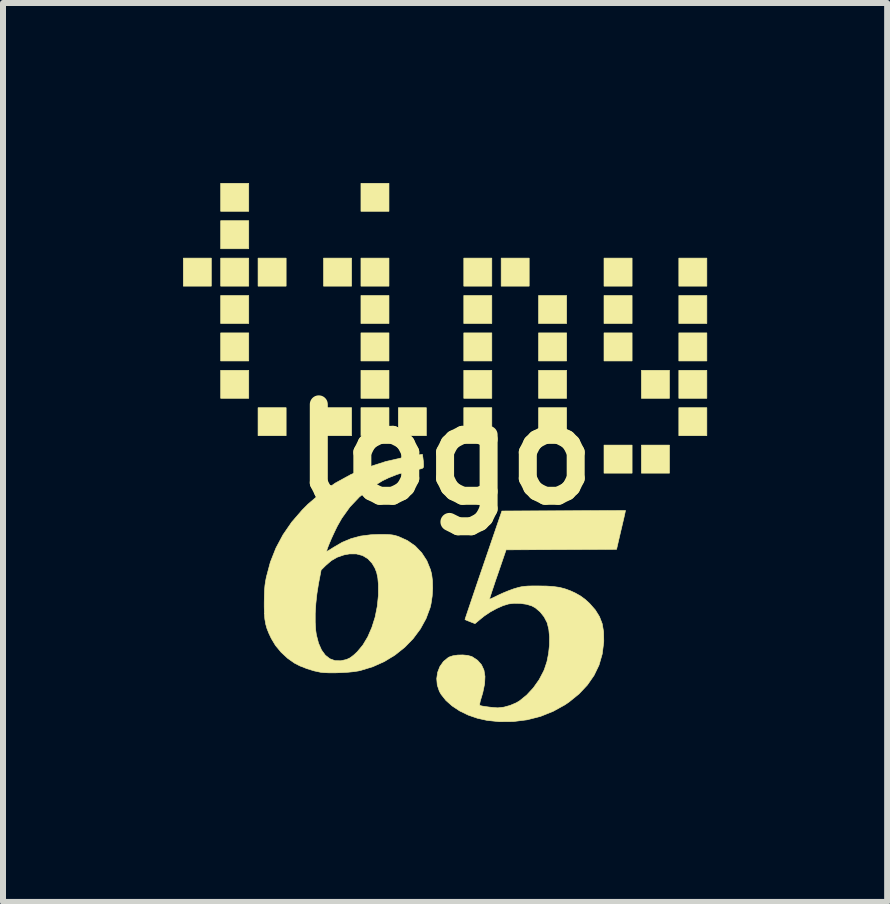
<source format=kicad_pcb>
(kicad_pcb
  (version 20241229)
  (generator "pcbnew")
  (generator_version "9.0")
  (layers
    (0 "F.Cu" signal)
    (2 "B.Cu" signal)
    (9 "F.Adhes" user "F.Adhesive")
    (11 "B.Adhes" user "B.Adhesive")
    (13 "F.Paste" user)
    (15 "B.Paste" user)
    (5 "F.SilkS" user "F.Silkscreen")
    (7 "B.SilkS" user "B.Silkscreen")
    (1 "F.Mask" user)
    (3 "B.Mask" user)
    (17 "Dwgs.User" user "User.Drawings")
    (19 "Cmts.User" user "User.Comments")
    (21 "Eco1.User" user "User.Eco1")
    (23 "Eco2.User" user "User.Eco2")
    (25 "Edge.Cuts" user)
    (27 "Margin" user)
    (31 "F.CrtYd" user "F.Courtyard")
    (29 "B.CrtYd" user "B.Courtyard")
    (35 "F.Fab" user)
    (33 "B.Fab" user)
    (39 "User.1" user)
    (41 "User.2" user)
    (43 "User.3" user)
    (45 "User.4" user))
  (footprint "logo"
    (layer "F.Cu")
    (at 4.368 4.524)
    (property "Reference" "logo" (at 0 0 0) (layer "F.SilkS") (effects (font (size 1.524 1.524) (thickness 0.3))))
    (attr through_hole)
    (fp_poly (pts (xy -3.896 -2.805) (xy -4.363 -2.805) (xy -4.363 -3.272) (xy -3.896 -3.272) (xy -3.896 -2.805)) (stroke (width 0.01) (type solid)) (fill yes) (layer "F.SilkS"))
    (fp_poly (pts (xy -3.272 -4.052) (xy -3.74 -4.052) (xy -3.74 -4.519) (xy -3.272 -4.519) (xy -3.272 -4.052)) (stroke (width 0.01) (type solid)) (fill yes) (layer "F.SilkS"))
    (fp_poly (pts (xy -3.272 -3.428) (xy -3.74 -3.428) (xy -3.74 -3.896) (xy -3.272 -3.896) (xy -3.272 -3.428)) (stroke (width 0.01) (type solid)) (fill yes) (layer "F.SilkS"))
    (fp_poly (pts (xy -3.272 -2.805) (xy -3.74 -2.805) (xy -3.74 -3.272) (xy -3.272 -3.272) (xy -3.272 -2.805)) (stroke (width 0.01) (type solid)) (fill yes) (layer "F.SilkS"))
    (fp_poly (pts (xy -3.272 -2.182) (xy -3.74 -2.182) (xy -3.74 -2.649) (xy -3.272 -2.649) (xy -3.272 -2.182)) (stroke (width 0.01) (type solid)) (fill yes) (layer "F.SilkS"))
    (fp_poly (pts (xy -3.272 -1.558) (xy -3.74 -1.558) (xy -3.74 -2.026) (xy -3.272 -2.026) (xy -3.272 -1.558)) (stroke (width 0.01) (type solid)) (fill yes) (layer "F.SilkS"))
    (fp_poly (pts (xy -3.272 -0.935) (xy -3.74 -0.935) (xy -3.74 -1.402) (xy -3.272 -1.402) (xy -3.272 -0.935)) (stroke (width 0.01) (type solid)) (fill yes) (layer "F.SilkS"))
    (fp_poly (pts (xy -2.649 -2.805) (xy -3.117 -2.805) (xy -3.117 -3.272) (xy -2.649 -3.272) (xy -2.649 -2.805)) (stroke (width 0.01) (type solid)) (fill yes) (layer "F.SilkS"))
    (fp_poly (pts (xy -2.649 -0.312) (xy -3.117 -0.312) (xy -3.117 -0.779) (xy -2.649 -0.779) (xy -2.649 -0.312)) (stroke (width 0.01) (type solid)) (fill yes) (layer "F.SilkS"))
    (fp_poly (pts (xy -1.558 -2.805) (xy -2.026 -2.805) (xy -2.026 -3.272) (xy -1.558 -3.272) (xy -1.558 -2.805)) (stroke (width 0.01) (type solid)) (fill yes) (layer "F.SilkS"))
    (fp_poly (pts (xy -1.558 -0.312) (xy -2.026 -0.312) (xy -2.026 -0.779) (xy -1.558 -0.779) (xy -1.558 -0.312)) (stroke (width 0.01) (type solid)) (fill yes) (layer "F.SilkS"))
    (fp_poly (pts (xy -0.935 -4.052) (xy -1.402 -4.052) (xy -1.402 -4.519) (xy -0.935 -4.519) (xy -0.935 -4.052)) (stroke (width 0.01) (type solid)) (fill yes) (layer "F.SilkS"))
    (fp_poly (pts (xy -0.935 -2.805) (xy -1.402 -2.805) (xy -1.402 -3.272) (xy -0.935 -3.272) (xy -0.935 -2.805)) (stroke (width 0.01) (type solid)) (fill yes) (layer "F.SilkS"))
    (fp_poly (pts (xy -0.935 -2.182) (xy -1.402 -2.182) (xy -1.402 -2.649) (xy -0.935 -2.649) (xy -0.935 -2.182)) (stroke (width 0.01) (type solid)) (fill yes) (layer "F.SilkS"))
    (fp_poly (pts (xy -0.935 -1.558) (xy -1.402 -1.558) (xy -1.402 -2.026) (xy -0.935 -2.026) (xy -0.935 -1.558)) (stroke (width 0.01) (type solid)) (fill yes) (layer "F.SilkS"))
    (fp_poly (pts (xy -0.935 -0.935) (xy -1.402 -0.935) (xy -1.402 -1.402) (xy -0.935 -1.402) (xy -0.935 -0.935)) (stroke (width 0.01) (type solid)) (fill yes) (layer "F.SilkS"))
    (fp_poly (pts (xy -0.935 -0.312) (xy -1.402 -0.312) (xy -1.402 -0.779) (xy -0.935 -0.779) (xy -0.935 -0.312)) (stroke (width 0.01) (type solid)) (fill yes) (layer "F.SilkS"))
    (fp_poly (pts (xy -0.312 -0.312) (xy -0.779 -0.312) (xy -0.779 -0.779) (xy -0.312 -0.779) (xy -0.312 -0.312)) (stroke (width 0.01) (type solid)) (fill yes) (layer "F.SilkS"))
    (fp_poly (pts (xy 0.779 -2.805) (xy 0.312 -2.805) (xy 0.312 -3.272) (xy 0.779 -3.272) (xy 0.779 -2.805)) (stroke (width 0.01) (type solid)) (fill yes) (layer "F.SilkS"))
    (fp_poly (pts (xy 0.779 -2.182) (xy 0.312 -2.182) (xy 0.312 -2.649) (xy 0.779 -2.649) (xy 0.779 -2.182)) (stroke (width 0.01) (type solid)) (fill yes) (layer "F.SilkS"))
    (fp_poly (pts (xy 0.779 -1.558) (xy 0.312 -1.558) (xy 0.312 -2.026) (xy 0.779 -2.026) (xy 0.779 -1.558)) (stroke (width 0.01) (type solid)) (fill yes) (layer "F.SilkS"))
    (fp_poly (pts (xy 0.779 -0.935) (xy 0.312 -0.935) (xy 0.312 -1.402) (xy 0.779 -1.402) (xy 0.779 -0.935)) (stroke (width 0.01) (type solid)) (fill yes) (layer "F.SilkS"))
    (fp_poly (pts (xy 0.779 -0.312) (xy 0.312 -0.312) (xy 0.312 -0.779) (xy 0.779 -0.779) (xy 0.779 -0.312)) (stroke (width 0.01) (type solid)) (fill yes) (layer "F.SilkS"))
    (fp_poly (pts (xy 1.402 -2.805) (xy 0.935 -2.805) (xy 0.935 -3.272) (xy 1.402 -3.272) (xy 1.402 -2.805)) (stroke (width 0.01) (type solid)) (fill yes) (layer "F.SilkS"))
    (fp_poly (pts (xy 2.026 -2.182) (xy 1.558 -2.182) (xy 1.558 -2.649) (xy 2.026 -2.649) (xy 2.026 -2.182)) (stroke (width 0.01) (type solid)) (fill yes) (layer "F.SilkS"))
    (fp_poly (pts (xy 2.026 -1.558) (xy 1.558 -1.558) (xy 1.558 -2.026) (xy 2.026 -2.026) (xy 2.026 -1.558)) (stroke (width 0.01) (type solid)) (fill yes) (layer "F.SilkS"))
    (fp_poly (pts (xy 2.026 -0.935) (xy 1.558 -0.935) (xy 1.558 -1.402) (xy 2.026 -1.402) (xy 2.026 -0.935)) (stroke (width 0.01) (type solid)) (fill yes) (layer "F.SilkS"))
    (fp_poly (pts (xy 2.026 -0.312) (xy 1.558 -0.312) (xy 1.558 -0.779) (xy 2.026 -0.779) (xy 2.026 -0.312)) (stroke (width 0.01) (type solid)) (fill yes) (layer "F.SilkS"))
    (fp_poly (pts (xy 3.117 -2.805) (xy 2.649 -2.805) (xy 2.649 -3.272) (xy 3.117 -3.272) (xy 3.117 -2.805)) (stroke (width 0.01) (type solid)) (fill yes) (layer "F.SilkS"))
    (fp_poly (pts (xy 3.117 -2.182) (xy 2.649 -2.182) (xy 2.649 -2.649) (xy 3.117 -2.649) (xy 3.117 -2.182)) (stroke (width 0.01) (type solid)) (fill yes) (layer "F.SilkS"))
    (fp_poly (pts (xy 3.117 -1.558) (xy 2.649 -1.558) (xy 2.649 -2.026) (xy 3.117 -2.026) (xy 3.117 -1.558)) (stroke (width 0.01) (type solid)) (fill yes) (layer "F.SilkS"))
    (fp_poly (pts (xy 3.117 0.312) (xy 2.649 0.312) (xy 2.649 -0.156) (xy 3.117 -0.156) (xy 3.117 0.312)) (stroke (width 0.01) (type solid)) (fill yes) (layer "F.SilkS"))
    (fp_poly (pts (xy 3.74 -0.935) (xy 3.272 -0.935) (xy 3.272 -1.402) (xy 3.74 -1.402) (xy 3.74 -0.935)) (stroke (width 0.01) (type solid)) (fill yes) (layer "F.SilkS"))
    (fp_poly (pts (xy 3.74 0.312) (xy 3.272 0.312) (xy 3.272 -0.156) (xy 3.74 -0.156) (xy 3.74 0.312)) (stroke (width 0.01) (type solid)) (fill yes) (layer "F.SilkS"))
    (fp_poly (pts (xy 4.363 -2.805) (xy 3.896 -2.805) (xy 3.896 -3.272) (xy 4.363 -3.272) (xy 4.363 -2.805)) (stroke (width 0.01) (type solid)) (fill yes) (layer "F.SilkS"))
    (fp_poly (pts (xy 4.363 -2.182) (xy 3.896 -2.182) (xy 3.896 -2.649) (xy 4.363 -2.649) (xy 4.363 -2.182)) (stroke (width 0.01) (type solid)) (fill yes) (layer "F.SilkS"))
    (fp_poly (pts (xy 4.363 -1.558) (xy 3.896 -1.558) (xy 3.896 -2.026) (xy 4.363 -2.026) (xy 4.363 -1.558)) (stroke (width 0.01) (type solid)) (fill yes) (layer "F.SilkS"))
    (fp_poly (pts (xy 4.363 -0.935) (xy 3.896 -0.935) (xy 3.896 -1.402) (xy 4.363 -1.402) (xy 4.363 -0.935)) (stroke (width 0.01) (type solid)) (fill yes) (layer "F.SilkS"))
    (fp_poly (pts (xy 4.363 -0.312) (xy 3.896 -0.312) (xy 3.896 -0.779) (xy 4.363 -0.779) (xy 4.363 -0.312)) (stroke (width 0.01) (type solid)) (fill yes) (layer "F.SilkS"))
    (fp_poly (pts (xy 2.998 0.978) (xy 2.992 1.006) (xy 2.98 1.06) (xy 2.963 1.132) (xy 2.943 1.217) (xy 2.923 1.301) (xy 2.858 1.582) (xy 1.937 1.586) (xy 1.017 1.59) (xy 0.877 1.999) (xy 0.84 2.105) (xy 0.808 2.202) (xy 0.78 2.285) (xy 0.759 2.35) (xy 0.745 2.394) (xy 0.741 2.412) (xy 0.741 2.412) (xy 0.755 2.408) (xy 0.792 2.392) (xy 0.844 2.367) (xy 0.886 2.346) (xy 0.967 2.309) (xy 1.057 2.272) (xy 1.141 2.241) (xy 1.164 2.234) (xy 1.22 2.218) (xy 1.27 2.206) (xy 1.32 2.199) (xy 1.379 2.194) (xy 1.454 2.192) (xy 1.55 2.192) (xy 1.691 2.194) (xy 1.807 2.202) (xy 1.908 2.216) (xy 1.999 2.24) (xy 2.089 2.273) (xy 2.166 2.308) (xy 2.257 2.359) (xy 2.336 2.417) (xy 2.409 2.484) (xy 2.504 2.592) (xy 2.573 2.703) (xy 2.619 2.822) (xy 2.642 2.956) (xy 2.645 3.109) (xy 2.644 3.132) (xy 2.619 3.327) (xy 2.566 3.511) (xy 2.483 3.683) (xy 2.372 3.843) (xy 2.232 3.992) (xy 2.064 4.128) (xy 1.998 4.173) (xy 1.801 4.282) (xy 1.591 4.366) (xy 1.368 4.423) (xy 1.137 4.452) (xy 0.902 4.454) (xy 0.701 4.433) (xy 0.539 4.397) (xy 0.385 4.344) (xy 0.243 4.275) (xy 0.118 4.192) (xy 0.014 4.1) (xy -0.066 3.999) (xy -0.095 3.948) (xy -0.13 3.844) (xy -0.139 3.737) (xy -0.124 3.632) (xy -0.086 3.535) (xy -0.027 3.451) (xy 0.051 3.387) (xy 0.068 3.377) (xy 0.13 3.356) (xy 0.21 3.344) (xy 0.296 3.342) (xy 0.378 3.35) (xy 0.443 3.368) (xy 0.452 3.372) (xy 0.542 3.432) (xy 0.607 3.506) (xy 0.648 3.595) (xy 0.665 3.701) (xy 0.659 3.824) (xy 0.629 3.968) (xy 0.61 4.033) (xy 0.587 4.109) (xy 0.577 4.158) (xy 0.579 4.182) (xy 0.582 4.185) (xy 0.62 4.194) (xy 0.678 4.203) (xy 0.746 4.212) (xy 0.814 4.219) (xy 0.871 4.223) (xy 0.883 4.223) (xy 0.98 4.212) (xy 1.085 4.183) (xy 1.186 4.14) (xy 1.24 4.108) (xy 1.36 4.011) (xy 1.471 3.891) (xy 1.568 3.754) (xy 1.644 3.609) (xy 1.657 3.577) (xy 1.698 3.453) (xy 1.725 3.318) (xy 1.74 3.177) (xy 1.741 3.041) (xy 1.729 2.916) (xy 1.703 2.81) (xy 1.7 2.802) (xy 1.651 2.708) (xy 1.584 2.624) (xy 1.505 2.557) (xy 1.447 2.525) (xy 1.36 2.498) (xy 1.256 2.483) (xy 1.149 2.481) (xy 1.059 2.492) (xy 0.967 2.52) (xy 0.863 2.566) (xy 0.756 2.624) (xy 0.657 2.69) (xy 0.609 2.728) (xy 0.499 2.82) (xy 0.417 2.788) (xy 0.372 2.77) (xy 0.341 2.757) (xy 0.332 2.752) (xy 0.336 2.738) (xy 0.35 2.696) (xy 0.372 2.63) (xy 0.402 2.541) (xy 0.438 2.434) (xy 0.48 2.31) (xy 0.527 2.171) (xy 0.578 2.021) (xy 0.633 1.861) (xy 0.638 1.846) (xy 0.947 0.943) (xy 1.977 0.939) (xy 3.007 0.935) (xy 2.998 0.978)) (stroke (width 0.01) (type solid)) (fill yes) (layer "F.SilkS"))
    (fp_poly (pts (xy -0.369 0.058) (xy -0.362 0.116) (xy -0.359 0.173) (xy -0.359 0.174) (xy -0.359 0.199) (xy -0.362 0.216) (xy -0.374 0.229) (xy -0.399 0.239) (xy -0.442 0.248) (xy -0.508 0.259) (xy -0.553 0.267) (xy -0.675 0.294) (xy -0.81 0.337) (xy -0.943 0.39) (xy -1.044 0.439) (xy -1.249 0.565) (xy -1.43 0.71) (xy -1.587 0.876) (xy -1.721 1.063) (xy -1.795 1.193) (xy -1.827 1.258) (xy -1.861 1.33) (xy -1.895 1.404) (xy -1.925 1.475) (xy -1.95 1.537) (xy -1.967 1.584) (xy -1.974 1.611) (xy -1.974 1.615) (xy -1.959 1.61) (xy -1.925 1.591) (xy -1.879 1.562) (xy -1.862 1.551) (xy -1.715 1.465) (xy -1.566 1.403) (xy -1.41 1.361) (xy -1.239 1.339) (xy -1.099 1.334) (xy -1.006 1.334) (xy -0.937 1.336) (xy -0.884 1.341) (xy -0.838 1.35) (xy -0.793 1.363) (xy -0.775 1.369) (xy -0.627 1.436) (xy -0.498 1.526) (xy -0.39 1.639) (xy -0.304 1.771) (xy -0.244 1.919) (xy -0.224 1.995) (xy -0.21 2.105) (xy -0.207 2.232) (xy -0.215 2.363) (xy -0.234 2.489) (xy -0.249 2.553) (xy -0.317 2.736) (xy -0.412 2.909) (xy -0.532 3.07) (xy -0.673 3.215) (xy -0.835 3.344) (xy -1.012 3.452) (xy -1.204 3.538) (xy -1.407 3.6) (xy -1.441 3.608) (xy -1.518 3.62) (xy -1.614 3.63) (xy -1.721 3.636) (xy -1.831 3.64) (xy -1.934 3.64) (xy -2.022 3.636) (xy -2.073 3.631) (xy -2.185 3.607) (xy -2.304 3.57) (xy -2.419 3.525) (xy -2.509 3.479) (xy -2.624 3.398) (xy -2.733 3.297) (xy -2.827 3.183) (xy -2.897 3.066) (xy -2.938 2.979) (xy -2.969 2.901) (xy -2.99 2.826) (xy -2.994 2.799) (xy -2.164 2.799) (xy -2.156 2.931) (xy -2.145 3.007) (xy -2.109 3.146) (xy -2.059 3.26) (xy -1.996 3.346) (xy -1.921 3.405) (xy -1.834 3.437) (xy -1.737 3.439) (xy -1.643 3.418) (xy -1.587 3.392) (xy -1.527 3.348) (xy -1.463 3.289) (xy -1.37 3.177) (xy -1.288 3.04) (xy -1.22 2.883) (xy -1.166 2.712) (xy -1.13 2.532) (xy -1.111 2.346) (xy -1.111 2.166) (xy -1.121 2.057) (xy -1.14 1.968) (xy -1.17 1.892) (xy -1.214 1.818) (xy -1.215 1.816) (xy -1.287 1.738) (xy -1.375 1.685) (xy -1.478 1.658) (xy -1.594 1.658) (xy -1.683 1.674) (xy -1.797 1.713) (xy -1.896 1.77) (xy -1.991 1.852) (xy -1.991 1.852) (xy -2.066 1.927) (xy -2.11 2.158) (xy -2.136 2.322) (xy -2.154 2.487) (xy -2.164 2.649) (xy -2.164 2.799) (xy -2.994 2.799) (xy -3.004 2.745) (xy -3.011 2.653) (xy -3.014 2.541) (xy -3.014 2.47) (xy -3.012 2.354) (xy -3.009 2.261) (xy -3.002 2.182) (xy -2.991 2.109) (xy -2.979 2.046) (xy -2.912 1.795) (xy -2.819 1.56) (xy -2.701 1.339) (xy -2.556 1.128) (xy -2.382 0.927) (xy -2.287 0.831) (xy -2.068 0.643) (xy -1.829 0.477) (xy -1.57 0.335) (xy -1.289 0.215) (xy -0.988 0.118) (xy -0.666 0.044) (xy -0.45 0.009) (xy -0.378 -0.001) (xy -0.369 0.058)) (stroke (width 0.01) (type solid)) (fill yes) (layer "F.SilkS")))
  (gr_rect
    (start -3 -3)
    (end 11.736 11.983)
    (stroke (width 0.1) (type default))
    (fill no)
    (layer "Edge.Cuts")))
</source>
